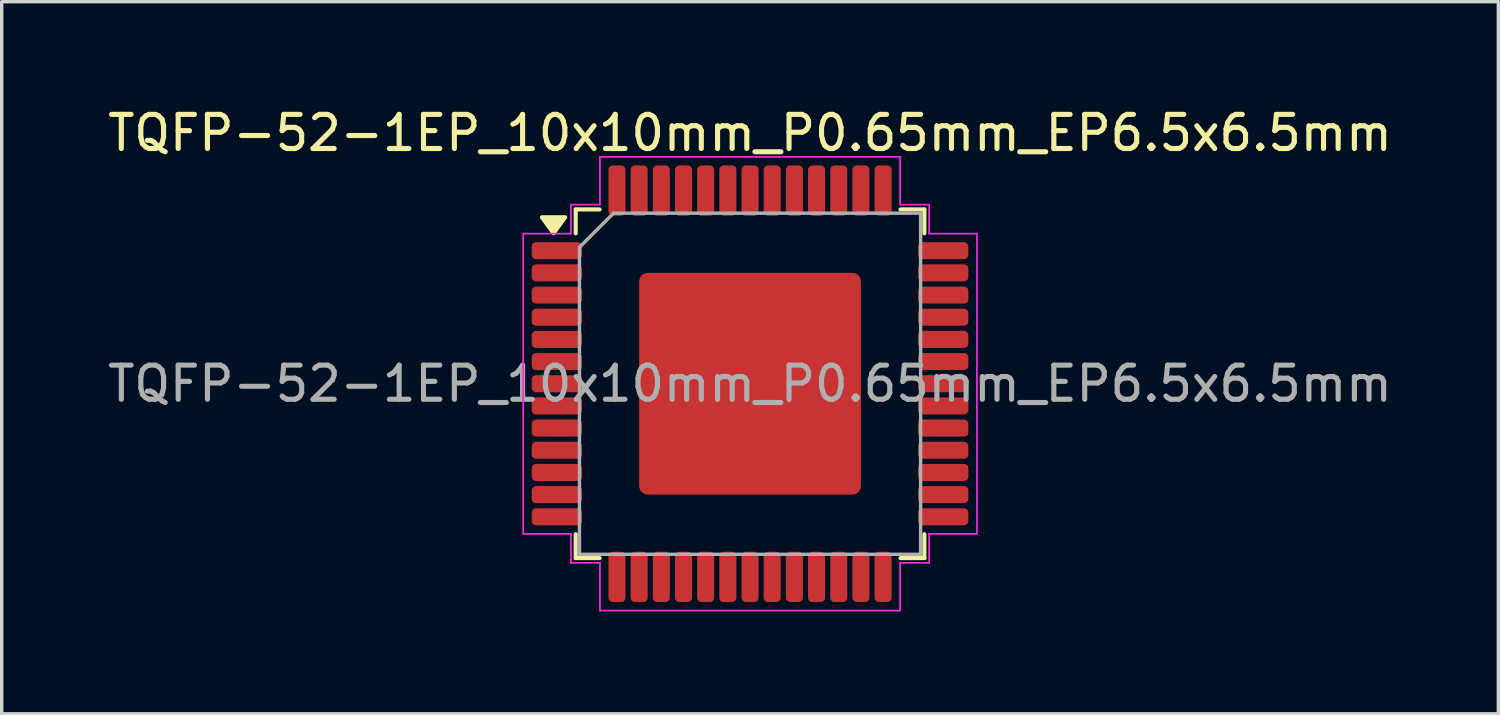
<source format=kicad_pcb>
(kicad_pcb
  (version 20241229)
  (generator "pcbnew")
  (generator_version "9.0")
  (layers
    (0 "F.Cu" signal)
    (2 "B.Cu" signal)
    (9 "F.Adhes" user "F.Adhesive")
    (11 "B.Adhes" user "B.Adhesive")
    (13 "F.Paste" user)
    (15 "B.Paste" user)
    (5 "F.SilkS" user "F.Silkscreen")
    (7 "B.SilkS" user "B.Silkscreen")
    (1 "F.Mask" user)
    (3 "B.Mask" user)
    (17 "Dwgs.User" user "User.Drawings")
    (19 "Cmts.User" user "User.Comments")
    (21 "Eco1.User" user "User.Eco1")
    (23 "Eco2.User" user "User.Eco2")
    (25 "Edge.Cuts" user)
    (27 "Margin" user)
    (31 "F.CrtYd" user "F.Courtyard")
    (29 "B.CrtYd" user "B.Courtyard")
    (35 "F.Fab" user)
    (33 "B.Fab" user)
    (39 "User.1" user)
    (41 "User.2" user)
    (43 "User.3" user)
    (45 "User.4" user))
  (footprint "TQFP-52-1EP_10x10mm_P0.65mm_EP6.5x6.5mm"
    (layer "F.Cu")
    (at 18.935 8.198)
    (property "Reference" "TQFP-52-1EP_10x10mm_P0.65mm_EP6.5x6.5mm" (at 0 -7.35 0) (layer "F.SilkS") (effects (font (size 1 1) (thickness 0.15))))
    (attr smd)
    (fp_line (start -5.11 -5.11) (end -5.11 -4.41) (stroke (width 0.12) (type solid)) (layer "F.SilkS"))
    (fp_line (start -5.11 5.11) (end -5.11 4.41) (stroke (width 0.12) (type solid)) (layer "F.SilkS"))
    (fp_line (start -4.41 -5.11) (end -5.11 -5.11) (stroke (width 0.12) (type solid)) (layer "F.SilkS"))
    (fp_line (start -4.41 5.11) (end -5.11 5.11) (stroke (width 0.12) (type solid)) (layer "F.SilkS"))
    (fp_line (start 4.41 -5.11) (end 5.11 -5.11) (stroke (width 0.12) (type solid)) (layer "F.SilkS"))
    (fp_line (start 4.41 5.11) (end 5.11 5.11) (stroke (width 0.12) (type solid)) (layer "F.SilkS"))
    (fp_line (start 5.11 -5.11) (end 5.11 -4.41) (stroke (width 0.12) (type solid)) (layer "F.SilkS"))
    (fp_line (start 5.11 5.11) (end 5.11 4.41) (stroke (width 0.12) (type solid)) (layer "F.SilkS"))
    (fp_poly (pts (xy -5.76 -4.41) (xy -6.1 -4.88) (xy -5.42 -4.88) (xy -5.76 -4.41)) (stroke (width 0.12) (type solid)) (fill yes) (layer "F.SilkS"))
    (fp_line (start -6.65 -4.4) (end -6.65 0) (stroke (width 0.05) (type solid)) (layer "F.CrtYd"))
    (fp_line (start -6.65 4.4) (end -6.65 0) (stroke (width 0.05) (type solid)) (layer "F.CrtYd"))
    (fp_line (start -5.25 -5.25) (end -5.25 -4.4) (stroke (width 0.05) (type solid)) (layer "F.CrtYd"))
    (fp_line (start -5.25 -4.4) (end -6.65 -4.4) (stroke (width 0.05) (type solid)) (layer "F.CrtYd"))
    (fp_line (start -5.25 4.4) (end -6.65 4.4) (stroke (width 0.05) (type solid)) (layer "F.CrtYd"))
    (fp_line (start -5.25 5.25) (end -5.25 4.4) (stroke (width 0.05) (type solid)) (layer "F.CrtYd"))
    (fp_line (start -4.4 -6.65) (end -4.4 -5.25) (stroke (width 0.05) (type solid)) (layer "F.CrtYd"))
    (fp_line (start -4.4 -5.25) (end -5.25 -5.25) (stroke (width 0.05) (type solid)) (layer "F.CrtYd"))
    (fp_line (start -4.4 5.25) (end -5.25 5.25) (stroke (width 0.05) (type solid)) (layer "F.CrtYd"))
    (fp_line (start -4.4 6.65) (end -4.4 5.25) (stroke (width 0.05) (type solid)) (layer "F.CrtYd"))
    (fp_line (start 0 -6.65) (end -4.4 -6.65) (stroke (width 0.05) (type solid)) (layer "F.CrtYd"))
    (fp_line (start 0 -6.65) (end 4.4 -6.65) (stroke (width 0.05) (type solid)) (layer "F.CrtYd"))
    (fp_line (start 0 6.65) (end -4.4 6.65) (stroke (width 0.05) (type solid)) (layer "F.CrtYd"))
    (fp_line (start 0 6.65) (end 4.4 6.65) (stroke (width 0.05) (type solid)) (layer "F.CrtYd"))
    (fp_line (start 4.4 -6.65) (end 4.4 -5.25) (stroke (width 0.05) (type solid)) (layer "F.CrtYd"))
    (fp_line (start 4.4 -5.25) (end 5.25 -5.25) (stroke (width 0.05) (type solid)) (layer "F.CrtYd"))
    (fp_line (start 4.4 5.25) (end 5.25 5.25) (stroke (width 0.05) (type solid)) (layer "F.CrtYd"))
    (fp_line (start 4.4 6.65) (end 4.4 5.25) (stroke (width 0.05) (type solid)) (layer "F.CrtYd"))
    (fp_line (start 5.25 -5.25) (end 5.25 -4.4) (stroke (width 0.05) (type solid)) (layer "F.CrtYd"))
    (fp_line (start 5.25 -4.4) (end 6.65 -4.4) (stroke (width 0.05) (type solid)) (layer "F.CrtYd"))
    (fp_line (start 5.25 4.4) (end 6.65 4.4) (stroke (width 0.05) (type solid)) (layer "F.CrtYd"))
    (fp_line (start 5.25 5.25) (end 5.25 4.4) (stroke (width 0.05) (type solid)) (layer "F.CrtYd"))
    (fp_line (start 6.65 -4.4) (end 6.65 0) (stroke (width 0.05) (type solid)) (layer "F.CrtYd"))
    (fp_line (start 6.65 4.4) (end 6.65 0) (stroke (width 0.05) (type solid)) (layer "F.CrtYd"))
    (fp_line (start -5 -4) (end -4 -5) (stroke (width 0.1) (type solid)) (layer "F.Fab"))
    (fp_line (start -5 5) (end -5 -4) (stroke (width 0.1) (type solid)) (layer "F.Fab"))
    (fp_line (start -4 -5) (end 5 -5) (stroke (width 0.1) (type solid)) (layer "F.Fab"))
    (fp_line (start 5 -5) (end 5 5) (stroke (width 0.1) (type solid)) (layer "F.Fab"))
    (fp_line (start 5 5) (end -5 5) (stroke (width 0.1) (type solid)) (layer "F.Fab"))
    (fp_text user "${REFERENCE}" (at 0 0 0) (layer "F.Fab") (effects (font (size 1 1) (thickness 0.15))))
    (pad "" smd roundrect (at -2.6 -2.6) (size 1.05 1.05) (layers "F.Paste") (roundrect_rratio 0.238))
    (pad "" smd roundrect (at -2.6 -1.3) (size 1.05 1.05) (layers "F.Paste") (roundrect_rratio 0.238))
    (pad "" smd roundrect (at -2.6 0) (size 1.05 1.05) (layers "F.Paste") (roundrect_rratio 0.238))
    (pad "" smd roundrect (at -2.6 1.3) (size 1.05 1.05) (layers "F.Paste") (roundrect_rratio 0.238))
    (pad "" smd roundrect (at -2.6 2.6) (size 1.05 1.05) (layers "F.Paste") (roundrect_rratio 0.238))
    (pad "" smd roundrect (at -1.3 -2.6) (size 1.05 1.05) (layers "F.Paste") (roundrect_rratio 0.238))
    (pad "" smd roundrect (at -1.3 -1.3) (size 1.05 1.05) (layers "F.Paste") (roundrect_rratio 0.238))
    (pad "" smd roundrect (at -1.3 0) (size 1.05 1.05) (layers "F.Paste") (roundrect_rratio 0.238))
    (pad "" smd roundrect (at -1.3 1.3) (size 1.05 1.05) (layers "F.Paste") (roundrect_rratio 0.238))
    (pad "" smd roundrect (at -1.3 2.6) (size 1.05 1.05) (layers "F.Paste") (roundrect_rratio 0.238))
    (pad "" smd roundrect (at 0 -2.6) (size 1.05 1.05) (layers "F.Paste") (roundrect_rratio 0.238))
    (pad "" smd roundrect (at 0 -1.3) (size 1.05 1.05) (layers "F.Paste") (roundrect_rratio 0.238))
    (pad "" smd roundrect (at 0 0) (size 1.05 1.05) (layers "F.Paste") (roundrect_rratio 0.238))
    (pad "" smd roundrect (at 0 1.3) (size 1.05 1.05) (layers "F.Paste") (roundrect_rratio 0.238))
    (pad "" smd roundrect (at 0 2.6) (size 1.05 1.05) (layers "F.Paste") (roundrect_rratio 0.238))
    (pad "" smd roundrect (at 1.3 -2.6) (size 1.05 1.05) (layers "F.Paste") (roundrect_rratio 0.238))
    (pad "" smd roundrect (at 1.3 -1.3) (size 1.05 1.05) (layers "F.Paste") (roundrect_rratio 0.238))
    (pad "" smd roundrect (at 1.3 0) (size 1.05 1.05) (layers "F.Paste") (roundrect_rratio 0.238))
    (pad "" smd roundrect (at 1.3 1.3) (size 1.05 1.05) (layers "F.Paste") (roundrect_rratio 0.238))
    (pad "" smd roundrect (at 1.3 2.6) (size 1.05 1.05) (layers "F.Paste") (roundrect_rratio 0.238))
    (pad "" smd roundrect (at 2.6 -2.6) (size 1.05 1.05) (layers "F.Paste") (roundrect_rratio 0.238))
    (pad "" smd roundrect (at 2.6 -1.3) (size 1.05 1.05) (layers "F.Paste") (roundrect_rratio 0.238))
    (pad "" smd roundrect (at 2.6 0) (size 1.05 1.05) (layers "F.Paste") (roundrect_rratio 0.238))
    (pad "" smd roundrect (at 2.6 1.3) (size 1.05 1.05) (layers "F.Paste") (roundrect_rratio 0.238))
    (pad "" smd roundrect (at 2.6 2.6) (size 1.05 1.05) (layers "F.Paste") (roundrect_rratio 0.238))
    (pad "1" smd roundrect (at -5.662 -3.9) (size 1.475 0.5) (layers "F.Cu" "F.Mask" "F.Paste") (roundrect_rratio 0.25))
    (pad "2" smd roundrect (at -5.662 -3.25) (size 1.475 0.5) (layers "F.Cu" "F.Mask" "F.Paste") (roundrect_rratio 0.25))
    (pad "3" smd roundrect (at -5.662 -2.6) (size 1.475 0.5) (layers "F.Cu" "F.Mask" "F.Paste") (roundrect_rratio 0.25))
    (pad "4" smd roundrect (at -5.662 -1.95) (size 1.475 0.5) (layers "F.Cu" "F.Mask" "F.Paste") (roundrect_rratio 0.25))
    (pad "5" smd roundrect (at -5.662 -1.3) (size 1.475 0.5) (layers "F.Cu" "F.Mask" "F.Paste") (roundrect_rratio 0.25))
    (pad "6" smd roundrect (at -5.662 -0.65) (size 1.475 0.5) (layers "F.Cu" "F.Mask" "F.Paste") (roundrect_rratio 0.25))
    (pad "7" smd roundrect (at -5.662 0) (size 1.475 0.5) (layers "F.Cu" "F.Mask" "F.Paste") (roundrect_rratio 0.25))
    (pad "8" smd roundrect (at -5.662 0.65) (size 1.475 0.5) (layers "F.Cu" "F.Mask" "F.Paste") (roundrect_rratio 0.25))
    (pad "9" smd roundrect (at -5.662 1.3) (size 1.475 0.5) (layers "F.Cu" "F.Mask" "F.Paste") (roundrect_rratio 0.25))
    (pad "10" smd roundrect (at -5.662 1.95) (size 1.475 0.5) (layers "F.Cu" "F.Mask" "F.Paste") (roundrect_rratio 0.25))
    (pad "11" smd roundrect (at -5.662 2.6) (size 1.475 0.5) (layers "F.Cu" "F.Mask" "F.Paste") (roundrect_rratio 0.25))
    (pad "12" smd roundrect (at -5.662 3.25) (size 1.475 0.5) (layers "F.Cu" "F.Mask" "F.Paste") (roundrect_rratio 0.25))
    (pad "13" smd roundrect (at -5.662 3.9) (size 1.475 0.5) (layers "F.Cu" "F.Mask" "F.Paste") (roundrect_rratio 0.25))
    (pad "14" smd roundrect (at -3.9 5.662) (size 0.5 1.475) (layers "F.Cu" "F.Mask" "F.Paste") (roundrect_rratio 0.25))
    (pad "15" smd roundrect (at -3.25 5.662) (size 0.5 1.475) (layers "F.Cu" "F.Mask" "F.Paste") (roundrect_rratio 0.25))
    (pad "16" smd roundrect (at -2.6 5.662) (size 0.5 1.475) (layers "F.Cu" "F.Mask" "F.Paste") (roundrect_rratio 0.25))
    (pad "17" smd roundrect (at -1.95 5.662) (size 0.5 1.475) (layers "F.Cu" "F.Mask" "F.Paste") (roundrect_rratio 0.25))
    (pad "18" smd roundrect (at -1.3 5.662) (size 0.5 1.475) (layers "F.Cu" "F.Mask" "F.Paste") (roundrect_rratio 0.25))
    (pad "19" smd roundrect (at -0.65 5.662) (size 0.5 1.475) (layers "F.Cu" "F.Mask" "F.Paste") (roundrect_rratio 0.25))
    (pad "20" smd roundrect (at 0 5.662) (size 0.5 1.475) (layers "F.Cu" "F.Mask" "F.Paste") (roundrect_rratio 0.25))
    (pad "21" smd roundrect (at 0.65 5.662) (size 0.5 1.475) (layers "F.Cu" "F.Mask" "F.Paste") (roundrect_rratio 0.25))
    (pad "22" smd roundrect (at 1.3 5.662) (size 0.5 1.475) (layers "F.Cu" "F.Mask" "F.Paste") (roundrect_rratio 0.25))
    (pad "23" smd roundrect (at 1.95 5.662) (size 0.5 1.475) (layers "F.Cu" "F.Mask" "F.Paste") (roundrect_rratio 0.25))
    (pad "24" smd roundrect (at 2.6 5.662) (size 0.5 1.475) (layers "F.Cu" "F.Mask" "F.Paste") (roundrect_rratio 0.25))
    (pad "25" smd roundrect (at 3.25 5.662) (size 0.5 1.475) (layers "F.Cu" "F.Mask" "F.Paste") (roundrect_rratio 0.25))
    (pad "26" smd roundrect (at 3.9 5.662) (size 0.5 1.475) (layers "F.Cu" "F.Mask" "F.Paste") (roundrect_rratio 0.25))
    (pad "27" smd roundrect (at 5.662 3.9) (size 1.475 0.5) (layers "F.Cu" "F.Mask" "F.Paste") (roundrect_rratio 0.25))
    (pad "28" smd roundrect (at 5.662 3.25) (size 1.475 0.5) (layers "F.Cu" "F.Mask" "F.Paste") (roundrect_rratio 0.25))
    (pad "29" smd roundrect (at 5.662 2.6) (size 1.475 0.5) (layers "F.Cu" "F.Mask" "F.Paste") (roundrect_rratio 0.25))
    (pad "30" smd roundrect (at 5.662 1.95) (size 1.475 0.5) (layers "F.Cu" "F.Mask" "F.Paste") (roundrect_rratio 0.25))
    (pad "31" smd roundrect (at 5.662 1.3) (size 1.475 0.5) (layers "F.Cu" "F.Mask" "F.Paste") (roundrect_rratio 0.25))
    (pad "32" smd roundrect (at 5.662 0.65) (size 1.475 0.5) (layers "F.Cu" "F.Mask" "F.Paste") (roundrect_rratio 0.25))
    (pad "33" smd roundrect (at 5.662 0) (size 1.475 0.5) (layers "F.Cu" "F.Mask" "F.Paste") (roundrect_rratio 0.25))
    (pad "34" smd roundrect (at 5.662 -0.65) (size 1.475 0.5) (layers "F.Cu" "F.Mask" "F.Paste") (roundrect_rratio 0.25))
    (pad "35" smd roundrect (at 5.662 -1.3) (size 1.475 0.5) (layers "F.Cu" "F.Mask" "F.Paste") (roundrect_rratio 0.25))
    (pad "36" smd roundrect (at 5.662 -1.95) (size 1.475 0.5) (layers "F.Cu" "F.Mask" "F.Paste") (roundrect_rratio 0.25))
    (pad "37" smd roundrect (at 5.662 -2.6) (size 1.475 0.5) (layers "F.Cu" "F.Mask" "F.Paste") (roundrect_rratio 0.25))
    (pad "38" smd roundrect (at 5.662 -3.25) (size 1.475 0.5) (layers "F.Cu" "F.Mask" "F.Paste") (roundrect_rratio 0.25))
    (pad "39" smd roundrect (at 5.662 -3.9) (size 1.475 0.5) (layers "F.Cu" "F.Mask" "F.Paste") (roundrect_rratio 0.25))
    (pad "40" smd roundrect (at 3.9 -5.662) (size 0.5 1.475) (layers "F.Cu" "F.Mask" "F.Paste") (roundrect_rratio 0.25))
    (pad "41" smd roundrect (at 3.25 -5.662) (size 0.5 1.475) (layers "F.Cu" "F.Mask" "F.Paste") (roundrect_rratio 0.25))
    (pad "42" smd roundrect (at 2.6 -5.662) (size 0.5 1.475) (layers "F.Cu" "F.Mask" "F.Paste") (roundrect_rratio 0.25))
    (pad "43" smd roundrect (at 1.95 -5.662) (size 0.5 1.475) (layers "F.Cu" "F.Mask" "F.Paste") (roundrect_rratio 0.25))
    (pad "44" smd roundrect (at 1.3 -5.662) (size 0.5 1.475) (layers "F.Cu" "F.Mask" "F.Paste") (roundrect_rratio 0.25))
    (pad "45" smd roundrect (at 0.65 -5.662) (size 0.5 1.475) (layers "F.Cu" "F.Mask" "F.Paste") (roundrect_rratio 0.25))
    (pad "46" smd roundrect (at 0 -5.662) (size 0.5 1.475) (layers "F.Cu" "F.Mask" "F.Paste") (roundrect_rratio 0.25))
    (pad "47" smd roundrect (at -0.65 -5.662) (size 0.5 1.475) (layers "F.Cu" "F.Mask" "F.Paste") (roundrect_rratio 0.25))
    (pad "48" smd roundrect (at -1.3 -5.662) (size 0.5 1.475) (layers "F.Cu" "F.Mask" "F.Paste") (roundrect_rratio 0.25))
    (pad "49" smd roundrect (at -1.95 -5.662) (size 0.5 1.475) (layers "F.Cu" "F.Mask" "F.Paste") (roundrect_rratio 0.25))
    (pad "50" smd roundrect (at -2.6 -5.662) (size 0.5 1.475) (layers "F.Cu" "F.Mask" "F.Paste") (roundrect_rratio 0.25))
    (pad "51" smd roundrect (at -3.25 -5.662) (size 0.5 1.475) (layers "F.Cu" "F.Mask" "F.Paste") (roundrect_rratio 0.25))
    (pad "52" smd roundrect (at -3.9 -5.662) (size 0.5 1.475) (layers "F.Cu" "F.Mask" "F.Paste") (roundrect_rratio 0.25))
    (pad "53" smd roundrect (at 0 0) (size 6.5 6.5) (layers "F.Cu" "F.Mask") (roundrect_rratio 0.038)))
  (gr_rect
    (start -3 -3)
    (end 40.869 17.873)
    (stroke (width 0.1) (type default))
    (fill no)
    (layer "Edge.Cuts")))
</source>
